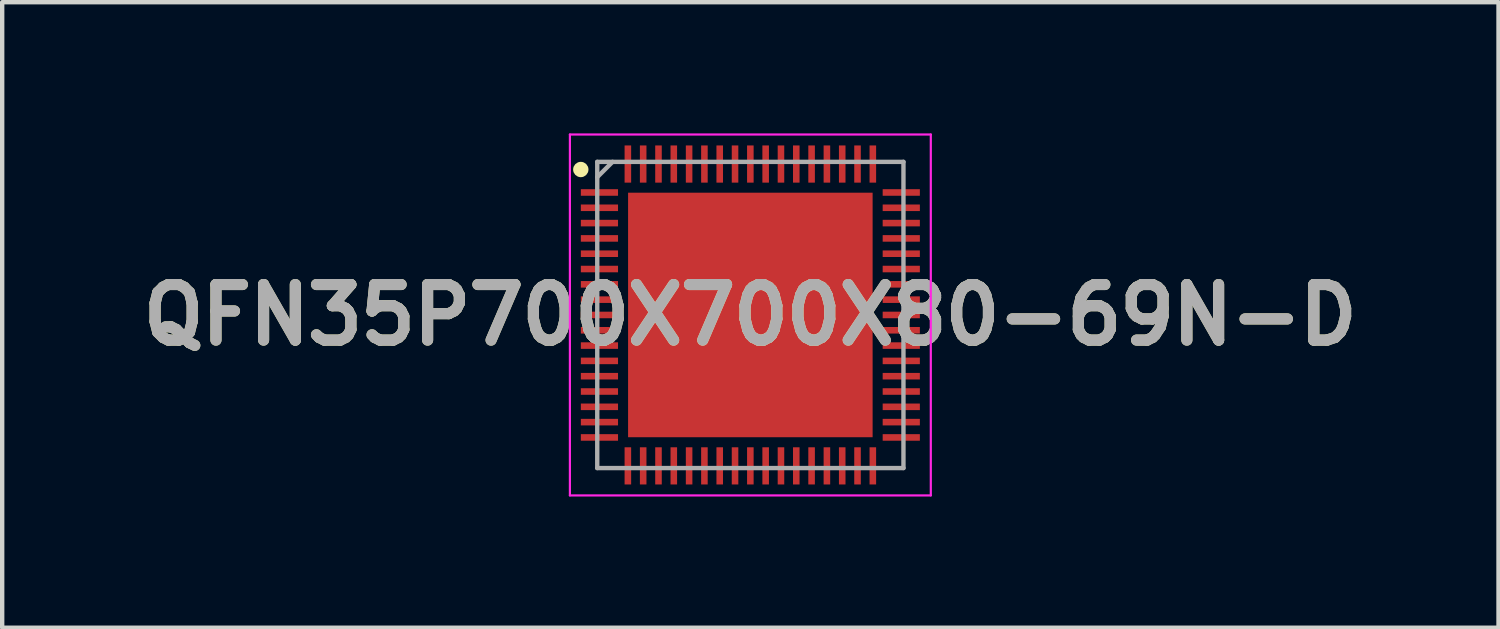
<source format=kicad_pcb>
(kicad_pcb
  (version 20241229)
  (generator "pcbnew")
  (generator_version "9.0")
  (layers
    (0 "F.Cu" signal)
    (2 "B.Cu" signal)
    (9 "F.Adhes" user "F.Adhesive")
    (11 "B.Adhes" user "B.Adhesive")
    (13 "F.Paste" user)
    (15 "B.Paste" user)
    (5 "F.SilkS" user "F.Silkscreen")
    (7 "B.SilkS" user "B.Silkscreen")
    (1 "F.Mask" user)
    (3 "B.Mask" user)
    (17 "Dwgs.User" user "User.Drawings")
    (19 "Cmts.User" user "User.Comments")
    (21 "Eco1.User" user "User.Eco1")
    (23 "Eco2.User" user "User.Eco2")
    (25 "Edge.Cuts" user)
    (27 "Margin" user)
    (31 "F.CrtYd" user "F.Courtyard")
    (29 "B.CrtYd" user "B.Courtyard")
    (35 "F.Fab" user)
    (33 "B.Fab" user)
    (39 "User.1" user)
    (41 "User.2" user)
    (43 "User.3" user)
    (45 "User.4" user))
  (footprint "QFN35P700X700X80-69N-D"
    (layer "F.Cu")
    (at 14.103 4.15)
    (property "Reference" "QFN35P700X700X80-69N-D" (at 0 0 0) (layer "F.SilkS") (effects (font (size 1.27 1.27) (thickness 0.254))))
    (attr smd)
    (fp_circle (center -3.876 -3.325) (end -3.876 -3.237) (stroke (width 0.175) (type solid)) (fill no) (layer "F.SilkS"))
    (fp_line (start -4.125 -4.125) (end 4.125 -4.125) (stroke (width 0.05) (type solid)) (layer "F.CrtYd"))
    (fp_line (start -4.125 4.125) (end -4.125 -4.125) (stroke (width 0.05) (type solid)) (layer "F.CrtYd"))
    (fp_line (start 4.125 -4.125) (end 4.125 4.125) (stroke (width 0.05) (type solid)) (layer "F.CrtYd"))
    (fp_line (start 4.125 4.125) (end -4.125 4.125) (stroke (width 0.05) (type solid)) (layer "F.CrtYd"))
    (fp_line (start -3.5 -3.5) (end 3.5 -3.5) (stroke (width 0.1) (type solid)) (layer "F.Fab"))
    (fp_line (start -3.5 -3.15) (end -3.15 -3.5) (stroke (width 0.1) (type solid)) (layer "F.Fab"))
    (fp_line (start -3.5 3.5) (end -3.5 -3.5) (stroke (width 0.1) (type solid)) (layer "F.Fab"))
    (fp_line (start 3.5 -3.5) (end 3.5 3.5) (stroke (width 0.1) (type solid)) (layer "F.Fab"))
    (fp_line (start 3.5 3.5) (end -3.5 3.5) (stroke (width 0.1) (type solid)) (layer "F.Fab"))
    (fp_text user "${REFERENCE}" (at 0 0 0) (layer "F.Fab") (effects (font (size 1.27 1.27) (thickness 0.254))))
    (pad "1" smd rect (at -3.45 -2.8 90) (size 0.15 0.85) (layers "F.Cu" "F.Mask" "F.Paste"))
    (pad "2" smd rect (at -3.45 -2.45 90) (size 0.15 0.85) (layers "F.Cu" "F.Mask" "F.Paste"))
    (pad "3" smd rect (at -3.45 -2.1 90) (size 0.15 0.85) (layers "F.Cu" "F.Mask" "F.Paste"))
    (pad "4" smd rect (at -3.45 -1.75 90) (size 0.15 0.85) (layers "F.Cu" "F.Mask" "F.Paste"))
    (pad "5" smd rect (at -3.45 -1.4 90) (size 0.15 0.85) (layers "F.Cu" "F.Mask" "F.Paste"))
    (pad "6" smd rect (at -3.45 -1.05 90) (size 0.15 0.85) (layers "F.Cu" "F.Mask" "F.Paste"))
    (pad "7" smd rect (at -3.45 -0.7 90) (size 0.15 0.85) (layers "F.Cu" "F.Mask" "F.Paste"))
    (pad "8" smd rect (at -3.45 -0.35 90) (size 0.15 0.85) (layers "F.Cu" "F.Mask" "F.Paste"))
    (pad "9" smd rect (at -3.45 0 90) (size 0.15 0.85) (layers "F.Cu" "F.Mask" "F.Paste"))
    (pad "10" smd rect (at -3.45 0.35 90) (size 0.15 0.85) (layers "F.Cu" "F.Mask" "F.Paste"))
    (pad "11" smd rect (at -3.45 0.7 90) (size 0.15 0.85) (layers "F.Cu" "F.Mask" "F.Paste"))
    (pad "12" smd rect (at -3.45 1.05 90) (size 0.15 0.85) (layers "F.Cu" "F.Mask" "F.Paste"))
    (pad "13" smd rect (at -3.45 1.4 90) (size 0.15 0.85) (layers "F.Cu" "F.Mask" "F.Paste"))
    (pad "14" smd rect (at -3.45 1.75 90) (size 0.15 0.85) (layers "F.Cu" "F.Mask" "F.Paste"))
    (pad "15" smd rect (at -3.45 2.1 90) (size 0.15 0.85) (layers "F.Cu" "F.Mask" "F.Paste"))
    (pad "16" smd rect (at -3.45 2.45 90) (size 0.15 0.85) (layers "F.Cu" "F.Mask" "F.Paste"))
    (pad "17" smd rect (at -3.45 2.8 90) (size 0.15 0.85) (layers "F.Cu" "F.Mask" "F.Paste"))
    (pad "18" smd rect (at -2.8 3.45) (size 0.15 0.85) (layers "F.Cu" "F.Mask" "F.Paste"))
    (pad "19" smd rect (at -2.45 3.45) (size 0.15 0.85) (layers "F.Cu" "F.Mask" "F.Paste"))
    (pad "20" smd rect (at -2.1 3.45) (size 0.15 0.85) (layers "F.Cu" "F.Mask" "F.Paste"))
    (pad "21" smd rect (at -1.75 3.45) (size 0.15 0.85) (layers "F.Cu" "F.Mask" "F.Paste"))
    (pad "22" smd rect (at -1.4 3.45) (size 0.15 0.85) (layers "F.Cu" "F.Mask" "F.Paste"))
    (pad "23" smd rect (at -1.05 3.45) (size 0.15 0.85) (layers "F.Cu" "F.Mask" "F.Paste"))
    (pad "24" smd rect (at -0.7 3.45) (size 0.15 0.85) (layers "F.Cu" "F.Mask" "F.Paste"))
    (pad "25" smd rect (at -0.35 3.45) (size 0.15 0.85) (layers "F.Cu" "F.Mask" "F.Paste"))
    (pad "26" smd rect (at 0 3.45) (size 0.15 0.85) (layers "F.Cu" "F.Mask" "F.Paste"))
    (pad "27" smd rect (at 0.35 3.45) (size 0.15 0.85) (layers "F.Cu" "F.Mask" "F.Paste"))
    (pad "28" smd rect (at 0.7 3.45) (size 0.15 0.85) (layers "F.Cu" "F.Mask" "F.Paste"))
    (pad "29" smd rect (at 1.05 3.45) (size 0.15 0.85) (layers "F.Cu" "F.Mask" "F.Paste"))
    (pad "30" smd rect (at 1.4 3.45) (size 0.15 0.85) (layers "F.Cu" "F.Mask" "F.Paste"))
    (pad "31" smd rect (at 1.75 3.45) (size 0.15 0.85) (layers "F.Cu" "F.Mask" "F.Paste"))
    (pad "32" smd rect (at 2.1 3.45) (size 0.15 0.85) (layers "F.Cu" "F.Mask" "F.Paste"))
    (pad "33" smd rect (at 2.45 3.45) (size 0.15 0.85) (layers "F.Cu" "F.Mask" "F.Paste"))
    (pad "34" smd rect (at 2.8 3.45) (size 0.15 0.85) (layers "F.Cu" "F.Mask" "F.Paste"))
    (pad "35" smd rect (at 3.45 2.8 90) (size 0.15 0.85) (layers "F.Cu" "F.Mask" "F.Paste"))
    (pad "36" smd rect (at 3.45 2.45 90) (size 0.15 0.85) (layers "F.Cu" "F.Mask" "F.Paste"))
    (pad "37" smd rect (at 3.45 2.1 90) (size 0.15 0.85) (layers "F.Cu" "F.Mask" "F.Paste"))
    (pad "38" smd rect (at 3.45 1.75 90) (size 0.15 0.85) (layers "F.Cu" "F.Mask" "F.Paste"))
    (pad "39" smd rect (at 3.45 1.4 90) (size 0.15 0.85) (layers "F.Cu" "F.Mask" "F.Paste"))
    (pad "40" smd rect (at 3.45 1.05 90) (size 0.15 0.85) (layers "F.Cu" "F.Mask" "F.Paste"))
    (pad "41" smd rect (at 3.45 0.7 90) (size 0.15 0.85) (layers "F.Cu" "F.Mask" "F.Paste"))
    (pad "42" smd rect (at 3.45 0.35 90) (size 0.15 0.85) (layers "F.Cu" "F.Mask" "F.Paste"))
    (pad "43" smd rect (at 3.45 0 90) (size 0.15 0.85) (layers "F.Cu" "F.Mask" "F.Paste"))
    (pad "44" smd rect (at 3.45 -0.35 90) (size 0.15 0.85) (layers "F.Cu" "F.Mask" "F.Paste"))
    (pad "45" smd rect (at 3.45 -0.7 90) (size 0.15 0.85) (layers "F.Cu" "F.Mask" "F.Paste"))
    (pad "46" smd rect (at 3.45 -1.05 90) (size 0.15 0.85) (layers "F.Cu" "F.Mask" "F.Paste"))
    (pad "47" smd rect (at 3.45 -1.4 90) (size 0.15 0.85) (layers "F.Cu" "F.Mask" "F.Paste"))
    (pad "48" smd rect (at 3.45 -1.75 90) (size 0.15 0.85) (layers "F.Cu" "F.Mask" "F.Paste"))
    (pad "49" smd rect (at 3.45 -2.1 90) (size 0.15 0.85) (layers "F.Cu" "F.Mask" "F.Paste"))
    (pad "50" smd rect (at 3.45 -2.45 90) (size 0.15 0.85) (layers "F.Cu" "F.Mask" "F.Paste"))
    (pad "51" smd rect (at 3.45 -2.8 90) (size 0.15 0.85) (layers "F.Cu" "F.Mask" "F.Paste"))
    (pad "52" smd rect (at 2.8 -3.45) (size 0.15 0.85) (layers "F.Cu" "F.Mask" "F.Paste"))
    (pad "53" smd rect (at 2.45 -3.45) (size 0.15 0.85) (layers "F.Cu" "F.Mask" "F.Paste"))
    (pad "54" smd rect (at 2.1 -3.45) (size 0.15 0.85) (layers "F.Cu" "F.Mask" "F.Paste"))
    (pad "55" smd rect (at 1.75 -3.45) (size 0.15 0.85) (layers "F.Cu" "F.Mask" "F.Paste"))
    (pad "56" smd rect (at 1.4 -3.45) (size 0.15 0.85) (layers "F.Cu" "F.Mask" "F.Paste"))
    (pad "57" smd rect (at 1.05 -3.45) (size 0.15 0.85) (layers "F.Cu" "F.Mask" "F.Paste"))
    (pad "58" smd rect (at 0.7 -3.45) (size 0.15 0.85) (layers "F.Cu" "F.Mask" "F.Paste"))
    (pad "59" smd rect (at 0.35 -3.45) (size 0.15 0.85) (layers "F.Cu" "F.Mask" "F.Paste"))
    (pad "60" smd rect (at 0 -3.45) (size 0.15 0.85) (layers "F.Cu" "F.Mask" "F.Paste"))
    (pad "61" smd rect (at -0.35 -3.45) (size 0.15 0.85) (layers "F.Cu" "F.Mask" "F.Paste"))
    (pad "62" smd rect (at -0.7 -3.45) (size 0.15 0.85) (layers "F.Cu" "F.Mask" "F.Paste"))
    (pad "63" smd rect (at -1.05 -3.45) (size 0.15 0.85) (layers "F.Cu" "F.Mask" "F.Paste"))
    (pad "64" smd rect (at -1.4 -3.45) (size 0.15 0.85) (layers "F.Cu" "F.Mask" "F.Paste"))
    (pad "65" smd rect (at -1.75 -3.45) (size 0.15 0.85) (layers "F.Cu" "F.Mask" "F.Paste"))
    (pad "66" smd rect (at -2.1 -3.45) (size 0.15 0.85) (layers "F.Cu" "F.Mask" "F.Paste"))
    (pad "67" smd rect (at -2.45 -3.45) (size 0.15 0.85) (layers "F.Cu" "F.Mask" "F.Paste"))
    (pad "68" smd rect (at -2.8 -3.45) (size 0.15 0.85) (layers "F.Cu" "F.Mask" "F.Paste"))
    (pad "69" smd rect (at 0 0) (size 5.59 5.59) (layers "F.Cu" "F.Mask" "F.Paste")))
  (gr_rect
    (start -3 -3)
    (end 31.206 11.3)
    (stroke (width 0.1) (type default))
    (fill no)
    (layer "Edge.Cuts")))
</source>
